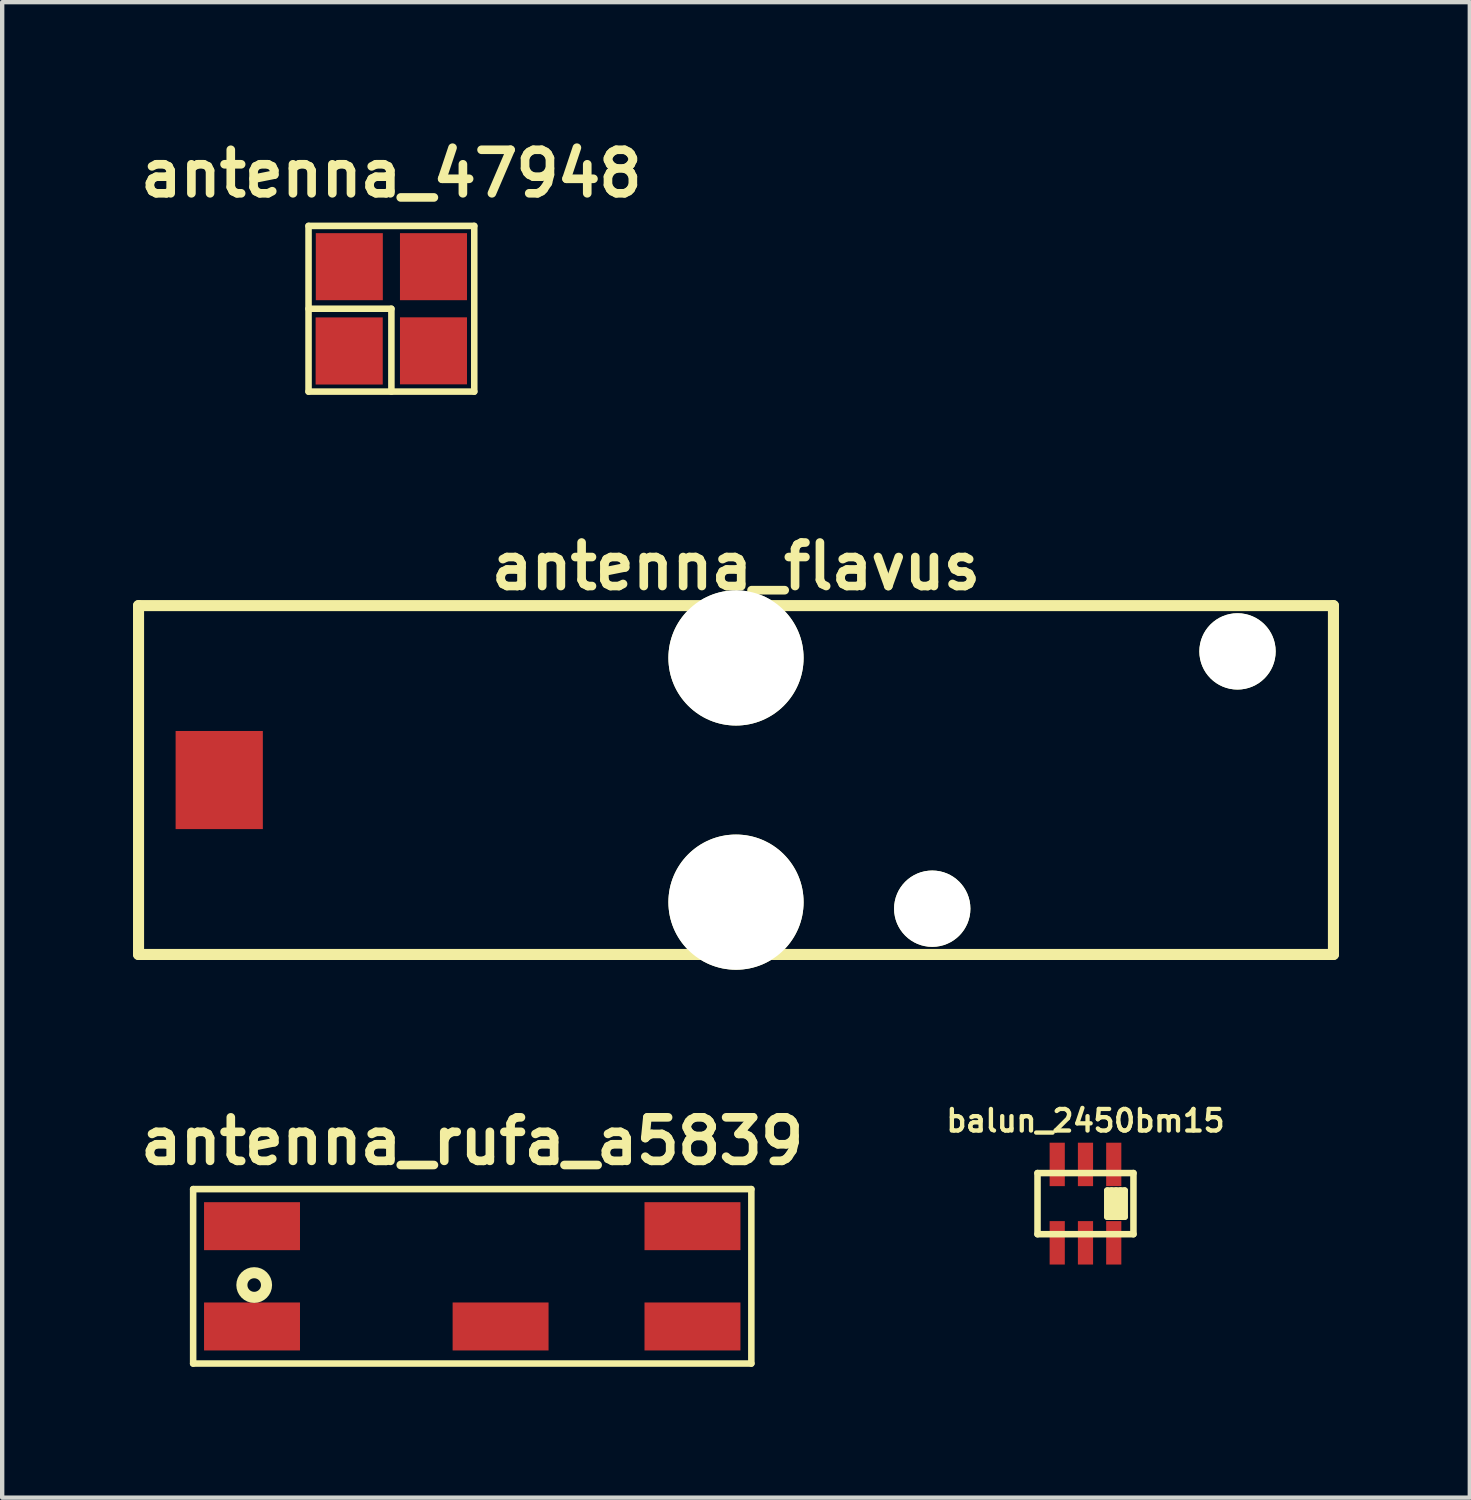
<source format=kicad_pcb>
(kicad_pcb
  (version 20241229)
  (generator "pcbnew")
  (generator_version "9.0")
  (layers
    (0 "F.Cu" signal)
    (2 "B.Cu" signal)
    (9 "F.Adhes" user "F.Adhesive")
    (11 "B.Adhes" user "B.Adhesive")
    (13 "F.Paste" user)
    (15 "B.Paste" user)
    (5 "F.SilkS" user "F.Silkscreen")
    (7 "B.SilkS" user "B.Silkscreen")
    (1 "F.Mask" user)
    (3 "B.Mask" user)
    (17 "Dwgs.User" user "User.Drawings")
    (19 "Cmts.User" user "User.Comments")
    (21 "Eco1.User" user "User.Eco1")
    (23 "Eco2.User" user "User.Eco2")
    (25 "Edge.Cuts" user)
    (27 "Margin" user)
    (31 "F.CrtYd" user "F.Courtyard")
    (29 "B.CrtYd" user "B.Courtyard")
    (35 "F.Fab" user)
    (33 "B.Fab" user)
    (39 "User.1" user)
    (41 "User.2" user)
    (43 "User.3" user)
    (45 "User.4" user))
  (footprint "antenna_flavus"
    (layer "F.Cu")
    (at 13.827 14.837)
    (property "Reference" "antenna_flavus" (at 0 -4.9 0) (layer "F.SilkS") (effects (font (size 0.998 0.998) (thickness 0.198))))
    (attr smd)
    (fp_line (start -13.7 -4) (end -13.7 4) (stroke (width 0.254) (type solid)) (layer "F.SilkS"))
    (fp_line (start -13.7 -4) (end 13.7 -4) (stroke (width 0.254) (type solid)) (layer "F.SilkS"))
    (fp_line (start -13.7 4) (end 13.7 4) (stroke (width 0.254) (type solid)) (layer "F.SilkS"))
    (fp_line (start 13.7 4) (end 13.7 -4) (stroke (width 0.254) (type solid)) (layer "F.SilkS"))
    (pad "" np_thru_hole circle (at 0 -2.8) (size 3.1 3.1) (drill 3.1) (layers "*.Cu" "*.Mask" "F.SilkS"))
    (pad "" np_thru_hole circle (at 0 2.8) (size 3.1 3.1) (drill 3.1) (layers "*.Cu" "*.Mask" "F.SilkS"))
    (pad "" np_thru_hole circle (at 4.5 2.95) (size 1.75 1.75) (drill 1.75) (layers "*.Cu" "*.Mask" "F.SilkS"))
    (pad "" np_thru_hole circle (at 11.5 -2.95) (size 1.75 1.75) (drill 1.75) (layers "*.Cu" "*.Mask" "F.SilkS"))
    (pad "1" smd rect (at -11.85 0) (size 2 2.25) (layers "F.Cu" "F.Mask")))
  (footprint "antenna_rufa_a5839"
    (layer "F.Cu")
    (at 7.779 26.217)
    (property "Reference" "antenna_rufa_a5839" (at 0 -3.099 0) (layer "F.SilkS") (effects (font (size 0.998 0.998) (thickness 0.198))))
    (attr smd)
    (fp_line (start -6.4 -2) (end -6.4 2) (stroke (width 0.15) (type solid)) (layer "F.SilkS"))
    (fp_line (start -6.4 -2) (end 6.4 -2) (stroke (width 0.15) (type solid)) (layer "F.SilkS"))
    (fp_line (start -6.4 2) (end 6.4 2) (stroke (width 0.15) (type solid)) (layer "F.SilkS"))
    (fp_line (start 6.4 -2) (end 6.4 2) (stroke (width 0.15) (type solid)) (layer "F.SilkS"))
    (fp_circle (center -5 0.2) (end -5.2 0.4) (stroke (width 0.254) (type solid)) (fill no) (layer "F.SilkS"))
    (pad "" smd rect (at -5.05 -1.15) (size 2.2 1.1) (layers "F.Cu" "F.Mask" "F.Paste"))
    (pad "" smd rect (at 5.05 -1.15) (size 2.2 1.1) (layers "F.Cu" "F.Mask" "F.Paste"))
    (pad "" smd rect (at 5.05 1.15) (size 2.2 1.1) (layers "F.Cu" "F.Mask" "F.Paste"))
    (pad "1" smd rect (at -5.05 1.15) (size 2.2 1.1) (layers "F.Cu" "F.Mask" "F.Paste"))
    (pad "2" smd rect (at 0.65 1.15) (size 2.2 1.1) (layers "F.Cu" "F.Mask" "F.Paste")))
  (footprint "antenna_47948"
    (layer "F.Cu")
    (at 5.925 4.03)
    (property "Reference" "antenna_47948" (at 0 -3.099 0) (layer "F.SilkS") (effects (font (size 0.998 0.998) (thickness 0.198))))
    (attr smd)
    (fp_line (start -1.9 -1.9) (end 1.9 -1.9) (stroke (width 0.15) (type solid)) (layer "F.SilkS"))
    (fp_line (start -1.9 0) (end 0 0) (stroke (width 0.15) (type solid)) (layer "F.SilkS"))
    (fp_line (start -1.9 1.9) (end -1.9 -1.9) (stroke (width 0.15) (type solid)) (layer "F.SilkS"))
    (fp_line (start 0 0) (end 0 1.9) (stroke (width 0.15) (type solid)) (layer "F.SilkS"))
    (fp_line (start 1.9 -1.9) (end 1.9 1.9) (stroke (width 0.15) (type solid)) (layer "F.SilkS"))
    (fp_line (start 1.9 1.9) (end -1.9 1.9) (stroke (width 0.15) (type solid)) (layer "F.SilkS"))
    (pad "" smd rect (at -0.965 -0.965) (size 1.537 1.537) (layers "F.Cu" "F.Mask" "F.Paste"))
    (pad "" smd rect (at 0.965 -0.965) (size 1.537 1.537) (layers "F.Cu" "F.Mask" "F.Paste"))
    (pad "" smd rect (at 0.965 0.965) (size 1.537 1.537) (layers "F.Cu" "F.Mask" "F.Paste"))
    (pad "1" smd rect (at -0.968 0.968) (size 1.539 1.539) (layers "F.Cu" "F.Mask" "F.Paste")))
  (footprint "balun_2450bm15"
    (layer "F.Cu")
    (at 21.841 24.55)
    (property "Reference" "balun_2450bm15" (at 0 -1.9 0) (layer "F.SilkS") (effects (font (size 0.495 0.495) (thickness 0.099))))
    (attr smd)
    (fp_line (start -1.1 -0.701) (end -1.1 0.701) (stroke (width 0.15) (type solid)) (layer "F.SilkS"))
    (fp_line (start -1.1 0.701) (end 1.1 0.701) (stroke (width 0.15) (type solid)) (layer "F.SilkS"))
    (fp_line (start 0.5 -0.3) (end 0.5 0.3) (stroke (width 0.15) (type solid)) (layer "F.SilkS"))
    (fp_line (start 0.599 0.3) (end 0.599 -0.3) (stroke (width 0.15) (type solid)) (layer "F.SilkS"))
    (fp_line (start 0.701 0.3) (end 0.701 -0.3) (stroke (width 0.15) (type solid)) (layer "F.SilkS"))
    (fp_line (start 0.8 -0.3) (end 0.8 0.3) (stroke (width 0.15) (type solid)) (layer "F.SilkS"))
    (fp_line (start 0.899 -0.3) (end 0.5 -0.3) (stroke (width 0.15) (type solid)) (layer "F.SilkS"))
    (fp_line (start 0.899 -0.3) (end 0.899 0.3) (stroke (width 0.15) (type solid)) (layer "F.SilkS"))
    (fp_line (start 0.899 0.3) (end 0.5 0.3) (stroke (width 0.15) (type solid)) (layer "F.SilkS"))
    (fp_line (start 1.1 -0.701) (end -1.1 -0.701) (stroke (width 0.15) (type solid)) (layer "F.SilkS"))
    (fp_line (start 1.1 0.701) (end 1.1 -0.701) (stroke (width 0.15) (type solid)) (layer "F.SilkS"))
    (pad "1" smd rect (at 0.648 -0.899) (size 0.348 0.996) (layers "F.Cu" "F.Mask" "F.Paste"))
    (pad "2" smd rect (at 0 -0.899) (size 0.348 0.996) (layers "F.Cu" "F.Mask" "F.Paste"))
    (pad "3" smd rect (at -0.648 -0.899) (size 0.348 0.996) (layers "F.Cu" "F.Mask" "F.Paste"))
    (pad "4" smd rect (at -0.648 0.899) (size 0.348 0.996) (layers "F.Cu" "F.Mask" "F.Paste"))
    (pad "5" smd rect (at 0 0.899) (size 0.348 0.996) (layers "F.Cu" "F.Mask" "F.Paste"))
    (pad "6" smd rect (at 0.648 0.899) (size 0.348 0.996) (layers "F.Cu" "F.Mask" "F.Paste")))
  (gr_rect
    (start -3 -3)
    (end 30.654 31.292)
    (stroke (width 0.1) (type default))
    (fill no)
    (layer "Edge.Cuts")))
</source>
